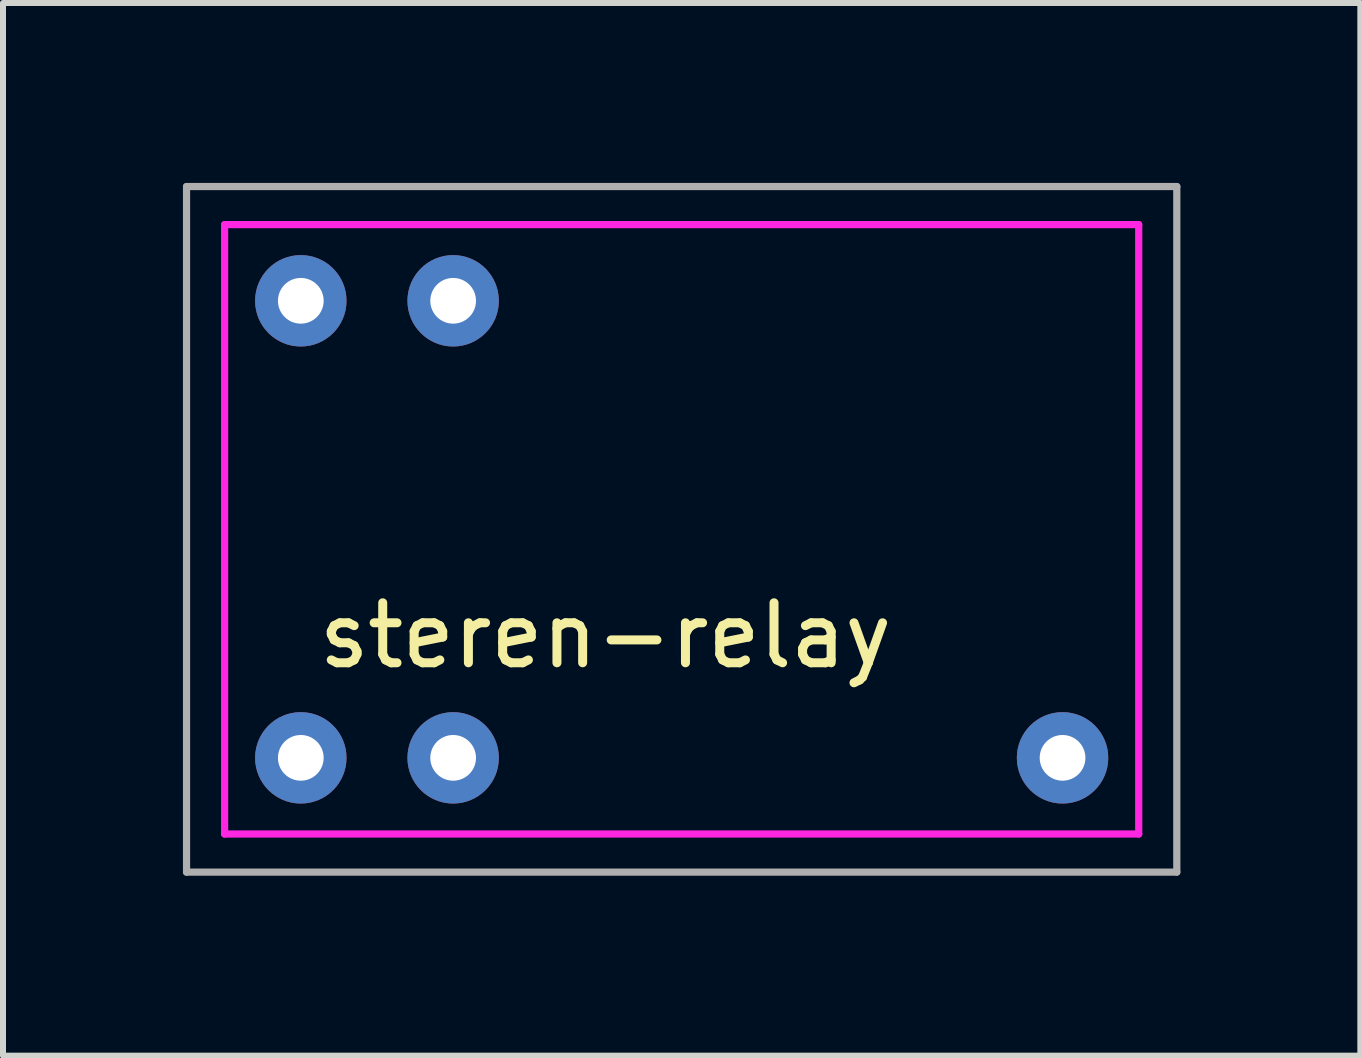
<source format=kicad_pcb>
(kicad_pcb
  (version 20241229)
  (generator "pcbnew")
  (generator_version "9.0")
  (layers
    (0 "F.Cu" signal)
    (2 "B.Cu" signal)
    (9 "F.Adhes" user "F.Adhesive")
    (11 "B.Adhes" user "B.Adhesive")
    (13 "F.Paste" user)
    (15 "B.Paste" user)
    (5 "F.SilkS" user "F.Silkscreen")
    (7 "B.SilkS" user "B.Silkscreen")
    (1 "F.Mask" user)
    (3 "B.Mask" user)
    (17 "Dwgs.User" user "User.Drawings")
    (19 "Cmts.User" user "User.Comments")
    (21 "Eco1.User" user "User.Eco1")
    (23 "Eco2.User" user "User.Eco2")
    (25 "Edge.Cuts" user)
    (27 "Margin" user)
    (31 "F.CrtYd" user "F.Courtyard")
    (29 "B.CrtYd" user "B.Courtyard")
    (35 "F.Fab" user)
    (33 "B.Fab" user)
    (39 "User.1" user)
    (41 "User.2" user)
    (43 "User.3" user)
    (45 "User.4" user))
  (footprint "steren-relay"
    (layer "F.Cu")
    (at 7.045 7.045)
    (property "Reference" "steren-relay" (at 0 0.5 0) (layer "F.SilkS") (effects (font (size 1 1) (thickness 0.15))))
    (attr through_hole)
    (fp_line (start -6.35 -6.35) (end -6.35 3.81) (stroke (width 0.12) (type solid)) (layer "F.CrtYd"))
    (fp_line (start -6.35 3.81) (end 8.89 3.81) (stroke (width 0.12) (type solid)) (layer "F.CrtYd"))
    (fp_line (start 8.89 -6.35) (end -6.35 -6.35) (stroke (width 0.12) (type solid)) (layer "F.CrtYd"))
    (fp_line (start 8.89 3.81) (end 8.89 -6.35) (stroke (width 0.12) (type solid)) (layer "F.CrtYd"))
    (fp_line (start -6.985 -6.985) (end -6.985 4.445) (stroke (width 0.12) (type solid)) (layer "F.Fab"))
    (fp_line (start -6.985 4.445) (end 9.525 4.445) (stroke (width 0.12) (type solid)) (layer "F.Fab"))
    (fp_line (start 9.525 -6.985) (end -6.985 -6.985) (stroke (width 0.12) (type solid)) (layer "F.Fab"))
    (fp_line (start 9.525 4.445) (end 9.525 -6.985) (stroke (width 0.12) (type solid)) (layer "F.Fab"))
    (pad "1" thru_hole circle (at -5.08 -5.08) (size 1.524 1.524) (drill 0.762) (layers "*.Cu" "*.Mask"))
    (pad "2" thru_hole circle (at -5.08 2.54) (size 1.524 1.524) (drill 0.762) (layers "*.Cu" "*.Mask"))
    (pad "3" thru_hole circle (at -2.54 -5.08) (size 1.524 1.524) (drill 0.762) (layers "*.Cu" "*.Mask"))
    (pad "4" thru_hole circle (at -2.54 2.54) (size 1.524 1.524) (drill 0.762) (layers "*.Cu" "*.Mask"))
    (pad "5" thru_hole circle (at 7.62 2.54) (size 1.524 1.524) (drill 0.762) (layers "*.Cu" "*.Mask")))
  (gr_rect
    (start -3 -3)
    (end 19.63 14.55)
    (stroke (width 0.1) (type default))
    (fill no)
    (layer "Edge.Cuts")))
</source>
